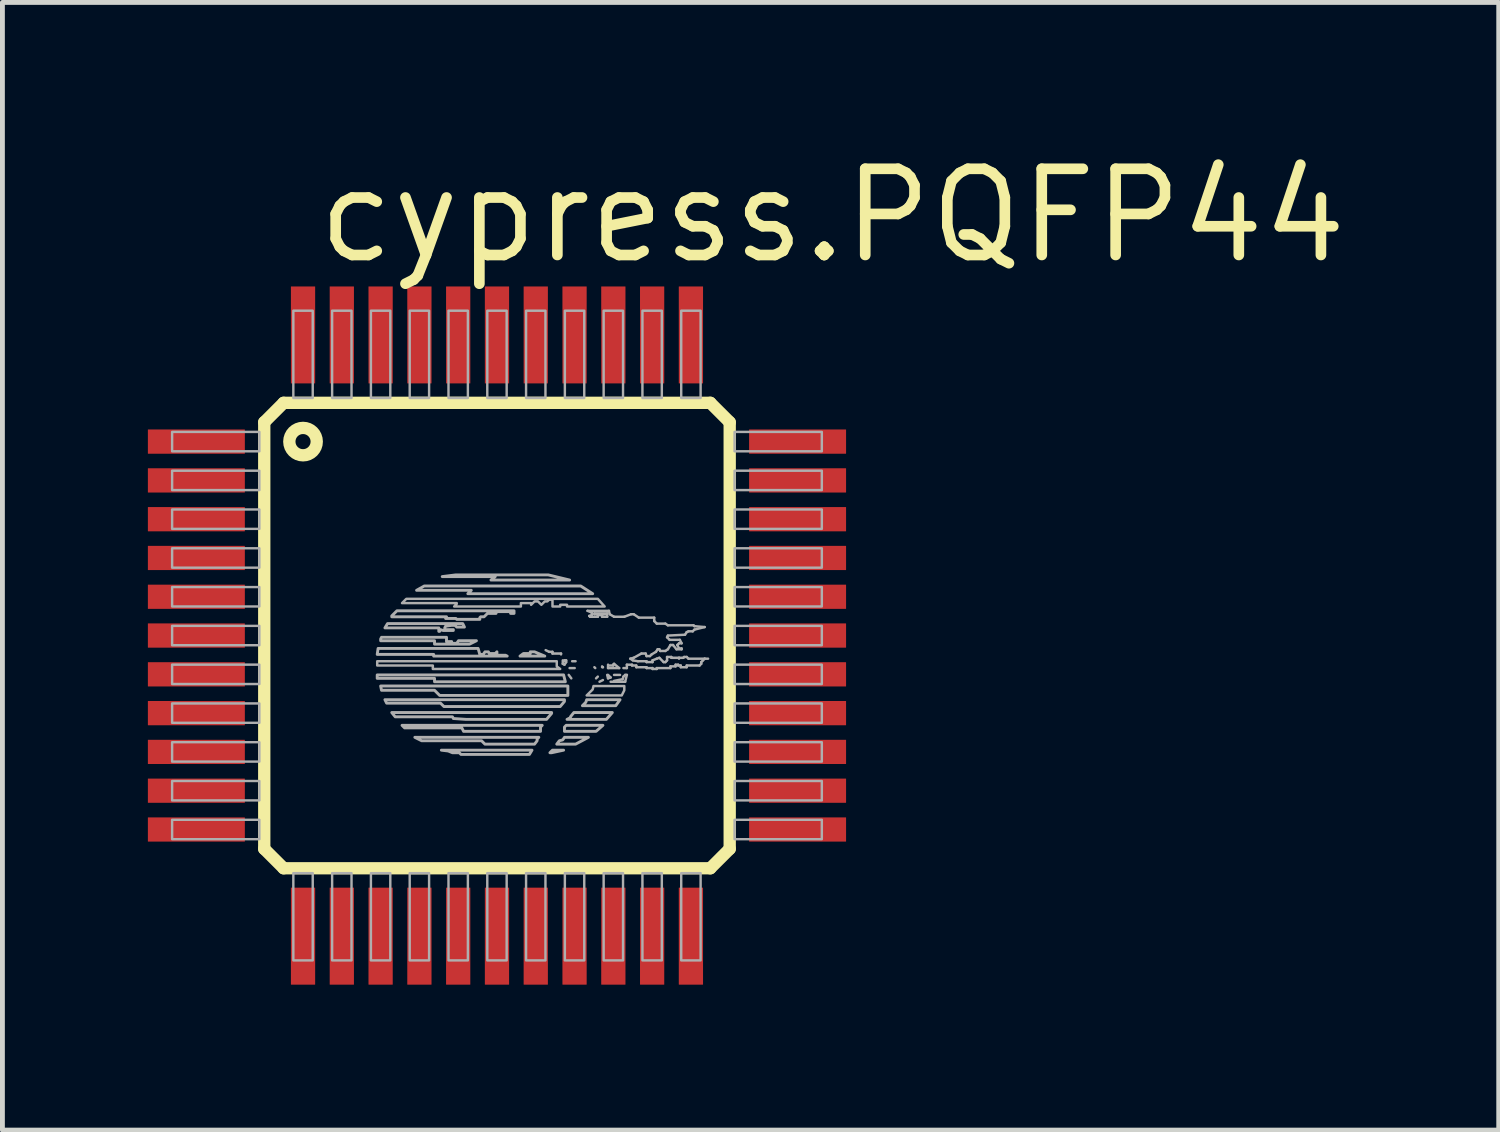
<source format=kicad_pcb>
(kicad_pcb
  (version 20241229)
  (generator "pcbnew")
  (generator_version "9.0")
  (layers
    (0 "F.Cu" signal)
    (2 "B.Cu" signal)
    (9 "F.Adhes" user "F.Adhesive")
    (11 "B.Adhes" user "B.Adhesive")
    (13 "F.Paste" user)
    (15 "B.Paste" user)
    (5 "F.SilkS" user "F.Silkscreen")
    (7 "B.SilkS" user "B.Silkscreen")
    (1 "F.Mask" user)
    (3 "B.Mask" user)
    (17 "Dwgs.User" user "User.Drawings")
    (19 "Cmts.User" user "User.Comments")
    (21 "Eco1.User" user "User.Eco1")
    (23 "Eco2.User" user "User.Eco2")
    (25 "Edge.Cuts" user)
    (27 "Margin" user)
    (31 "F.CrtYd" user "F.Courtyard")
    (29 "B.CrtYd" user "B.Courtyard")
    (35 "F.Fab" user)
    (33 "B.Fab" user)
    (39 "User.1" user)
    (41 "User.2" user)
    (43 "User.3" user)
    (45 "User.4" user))
  (footprint "cypress.PQFP44"
    (layer "F.Cu")
    (at 7.2 10.058)
    (property "Reference" "cypress.PQFP44" (at -3.81 -7.62 0) (layer "F.SilkS") (effects (font (size 1.778 1.778) (thickness 0.22)) (justify left bottom)))
    (attr smd)
    (fp_line (start -4.8 -4.4) (end -4.4 -4.8) (stroke (width 0.254) (type default)) (layer "F.SilkS"))
    (fp_line (start -4.8 4.4) (end -4.8 -4.4) (stroke (width 0.254) (type default)) (layer "F.SilkS"))
    (fp_line (start -4.4 -4.8) (end 4.4 -4.8) (stroke (width 0.254) (type default)) (layer "F.SilkS"))
    (fp_line (start -4.4 4.8) (end -4.8 4.4) (stroke (width 0.254) (type default)) (layer "F.SilkS"))
    (fp_line (start 4.4 -4.8) (end 4.8 -4.4) (stroke (width 0.254) (type default)) (layer "F.SilkS"))
    (fp_line (start 4.4 4.8) (end -4.4 4.8) (stroke (width 0.254) (type default)) (layer "F.SilkS"))
    (fp_line (start 4.8 -4.4) (end 4.8 4.4) (stroke (width 0.254) (type default)) (layer "F.SilkS"))
    (fp_line (start 4.8 4.4) (end 4.4 4.8) (stroke (width 0.254) (type default)) (layer "F.SilkS"))
    (fp_circle (center -4 -4) (end -3.717 -4) (stroke (width 0.254) (type default)) (fill no) (layer "F.SilkS"))
    (fp_line (start 1.075 0.336) (end 1.004 0.301) (stroke (width 0.051) (type default)) (layer "F.Fab"))
    (fp_line (start 1.145 0.336) (end 1.075 0.336) (stroke (width 0.051) (type default)) (layer "F.Fab"))
    (fp_line (start 1.145 0.371) (end 1.145 0.336) (stroke (width 0.051) (type default)) (layer "F.Fab"))
    (fp_line (start 1.321 0.371) (end 1.145 0.371) (stroke (width 0.051) (type default)) (layer "F.Fab"))
    (fp_line (start 1.321 0.389) (end 1.321 0.371) (stroke (width 0.051) (type default)) (layer "F.Fab"))
    (fp_line (start 1.357 0.512) (end 1.357 0.583) (stroke (width 0.051) (type default)) (layer "F.Fab"))
    (fp_line (start 1.357 0.583) (end 1.392 0.601) (stroke (width 0.051) (type default)) (layer "F.Fab"))
    (fp_line (start 1.392 0.512) (end 1.392 0.53) (stroke (width 0.051) (type default)) (layer "F.Fab"))
    (fp_line (start 1.392 0.601) (end 1.427 0.548) (stroke (width 0.051) (type default)) (layer "F.Fab"))
    (fp_line (start 1.427 0.512) (end 1.392 0.512) (stroke (width 0.051) (type default)) (layer "F.Fab"))
    (fp_line (start 1.427 0.548) (end 1.427 0.512) (stroke (width 0.051) (type default)) (layer "F.Fab"))
    (fp_line (start 1.48 0.812) (end 1.533 0.883) (stroke (width 0.051) (type default)) (layer "F.Fab"))
    (fp_line (start 1.498 0.671) (end 1.603 0.671) (stroke (width 0.051) (type default)) (layer "F.Fab"))
    (fp_line (start 1.551 0.53) (end 1.621 0.53) (stroke (width 0.051) (type default)) (layer "F.Fab"))
    (fp_line (start 1.868 -0.51) (end 1.956 -0.475) (stroke (width 0.051) (type default)) (layer "F.Fab"))
    (fp_line (start 1.903 -0.405) (end 1.921 -0.387) (stroke (width 0.051) (type default)) (layer "F.Fab"))
    (fp_line (start 1.921 -0.387) (end 2.08 -0.387) (stroke (width 0.051) (type default)) (layer "F.Fab"))
    (fp_line (start 1.956 -0.475) (end 1.956 -0.422) (stroke (width 0.051) (type default)) (layer "F.Fab"))
    (fp_line (start 1.956 -0.422) (end 1.903 -0.405) (stroke (width 0.051) (type default)) (layer "F.Fab"))
    (fp_line (start 2.009 -0.457) (end 2.009 -0.44) (stroke (width 0.051) (type default)) (layer "F.Fab"))
    (fp_line (start 2.009 -0.44) (end 2.238 -0.44) (stroke (width 0.051) (type default)) (layer "F.Fab"))
    (fp_line (start 2.009 0.653) (end 2.027 0.671) (stroke (width 0.051) (type default)) (layer "F.Fab"))
    (fp_line (start 2.08 -0.422) (end 2.168 -0.422) (stroke (width 0.051) (type default)) (layer "F.Fab"))
    (fp_line (start 2.08 -0.387) (end 2.08 -0.422) (stroke (width 0.051) (type default)) (layer "F.Fab"))
    (fp_line (start 2.08 0.847) (end 2.044 0.883) (stroke (width 0.051) (type default)) (layer "F.Fab"))
    (fp_line (start 2.115 0.953) (end 2.185 0.918) (stroke (width 0.051) (type default)) (layer "F.Fab"))
    (fp_line (start 2.168 -0.422) (end 2.168 -0.387) (stroke (width 0.051) (type default)) (layer "F.Fab"))
    (fp_line (start 2.168 -0.387) (end 2.273 -0.387) (stroke (width 0.051) (type default)) (layer "F.Fab"))
    (fp_line (start 2.168 0.636) (end 2.185 0.653) (stroke (width 0.051) (type default)) (layer "F.Fab"))
    (fp_line (start 2.185 0.653) (end 2.168 0.653) (stroke (width 0.051) (type default)) (layer "F.Fab"))
    (fp_line (start 2.273 -0.457) (end 2.009 -0.457) (stroke (width 0.051) (type default)) (layer "F.Fab"))
    (fp_line (start 2.273 -0.387) (end 2.273 -0.457) (stroke (width 0.051) (type default)) (layer "F.Fab"))
    (fp_line (start 2.273 0.812) (end 2.291 0.883) (stroke (width 0.051) (type default)) (layer "F.Fab"))
    (fp_line (start 2.291 0.601) (end 2.291 0.671) (stroke (width 0.051) (type default)) (layer "F.Fab"))
    (fp_line (start 2.291 0.671) (end 2.52 0.671) (stroke (width 0.051) (type default)) (layer "F.Fab"))
    (fp_line (start 2.291 0.883) (end 2.344 0.865) (stroke (width 0.051) (type default)) (layer "F.Fab"))
    (fp_line (start 2.309 -0.51) (end 1.868 -0.51) (stroke (width 0.051) (type default)) (layer "F.Fab"))
    (fp_line (start 2.326 -0.44) (end 2.309 -0.51) (stroke (width 0.051) (type default)) (layer "F.Fab"))
    (fp_line (start 2.344 0.865) (end 2.291 0.812) (stroke (width 0.051) (type default)) (layer "F.Fab"))
    (fp_line (start 2.344 0.953) (end 2.644 0.953) (stroke (width 0.051) (type default)) (layer "F.Fab"))
    (fp_line (start 2.397 0.601) (end 2.397 0.618) (stroke (width 0.051) (type default)) (layer "F.Fab"))
    (fp_line (start 2.397 0.618) (end 2.326 0.618) (stroke (width 0.051) (type default)) (layer "F.Fab"))
    (fp_line (start 2.415 -0.387) (end 2.326 -0.44) (stroke (width 0.051) (type default)) (layer "F.Fab"))
    (fp_line (start 2.415 0.583) (end 2.397 0.601) (stroke (width 0.051) (type default)) (layer "F.Fab"))
    (fp_line (start 2.415 0.812) (end 2.538 0.812) (stroke (width 0.051) (type default)) (layer "F.Fab"))
    (fp_line (start 2.52 0.671) (end 2.415 0.583) (stroke (width 0.051) (type default)) (layer "F.Fab"))
    (fp_line (start 2.591 0.9) (end 2.415 0.935) (stroke (width 0.051) (type default)) (layer "F.Fab"))
    (fp_line (start 2.608 0.671) (end 2.679 0.671) (stroke (width 0.051) (type default)) (layer "F.Fab"))
    (fp_line (start 2.608 0.847) (end 2.591 0.9) (stroke (width 0.051) (type default)) (layer "F.Fab"))
    (fp_line (start 2.626 -0.387) (end 2.415 -0.387) (stroke (width 0.051) (type default)) (layer "F.Fab"))
    (fp_line (start 2.644 0.812) (end 2.608 0.847) (stroke (width 0.051) (type default)) (layer "F.Fab"))
    (fp_line (start 2.644 0.953) (end 2.679 0.812) (stroke (width 0.051) (type default)) (layer "F.Fab"))
    (fp_line (start 2.679 0.601) (end 2.785 0.601) (stroke (width 0.051) (type default)) (layer "F.Fab"))
    (fp_line (start 2.679 0.671) (end 2.679 0.601) (stroke (width 0.051) (type default)) (layer "F.Fab"))
    (fp_line (start 2.679 0.812) (end 2.644 0.812) (stroke (width 0.051) (type default)) (layer "F.Fab"))
    (fp_line (start 2.75 0.477) (end 2.82 0.459) (stroke (width 0.051) (type default)) (layer "F.Fab"))
    (fp_line (start 2.767 -0.44) (end 2.626 -0.387) (stroke (width 0.051) (type default)) (layer "F.Fab"))
    (fp_line (start 2.785 0.601) (end 2.785 0.618) (stroke (width 0.051) (type default)) (layer "F.Fab"))
    (fp_line (start 2.785 0.618) (end 2.873 0.618) (stroke (width 0.051) (type default)) (layer "F.Fab"))
    (fp_line (start 2.803 0.512) (end 2.75 0.477) (stroke (width 0.051) (type default)) (layer "F.Fab"))
    (fp_line (start 2.82 -0.44) (end 2.767 -0.44) (stroke (width 0.051) (type default)) (layer "F.Fab"))
    (fp_line (start 2.82 0.459) (end 2.979 0.371) (stroke (width 0.051) (type default)) (layer "F.Fab"))
    (fp_line (start 2.873 0.618) (end 2.873 0.653) (stroke (width 0.051) (type default)) (layer "F.Fab"))
    (fp_line (start 2.873 0.653) (end 3.085 0.653) (stroke (width 0.051) (type default)) (layer "F.Fab"))
    (fp_line (start 2.908 0.53) (end 2.803 0.512) (stroke (width 0.051) (type default)) (layer "F.Fab"))
    (fp_line (start 2.926 -0.369) (end 2.82 -0.44) (stroke (width 0.051) (type default)) (layer "F.Fab"))
    (fp_line (start 2.979 0.371) (end 3.067 0.371) (stroke (width 0.051) (type default)) (layer "F.Fab"))
    (fp_line (start 3.067 0.371) (end 3.085 0.424) (stroke (width 0.051) (type default)) (layer "F.Fab"))
    (fp_line (start 3.085 0.424) (end 3.155 0.424) (stroke (width 0.051) (type default)) (layer "F.Fab"))
    (fp_line (start 3.085 0.53) (end 2.908 0.53) (stroke (width 0.051) (type default)) (layer "F.Fab"))
    (fp_line (start 3.085 0.548) (end 3.085 0.53) (stroke (width 0.051) (type default)) (layer "F.Fab"))
    (fp_line (start 3.085 0.653) (end 3.085 0.671) (stroke (width 0.051) (type default)) (layer "F.Fab"))
    (fp_line (start 3.085 0.671) (end 3.208 0.671) (stroke (width 0.051) (type default)) (layer "F.Fab"))
    (fp_line (start 3.155 0.424) (end 3.19 0.389) (stroke (width 0.051) (type default)) (layer "F.Fab"))
    (fp_line (start 3.19 0.389) (end 3.279 0.336) (stroke (width 0.051) (type default)) (layer "F.Fab"))
    (fp_line (start 3.208 0.512) (end 3.208 0.548) (stroke (width 0.051) (type default)) (layer "F.Fab"))
    (fp_line (start 3.208 0.548) (end 3.085 0.548) (stroke (width 0.051) (type default)) (layer "F.Fab"))
    (fp_line (start 3.208 0.671) (end 3.208 0.689) (stroke (width 0.051) (type default)) (layer "F.Fab"))
    (fp_line (start 3.208 0.689) (end 3.296 0.689) (stroke (width 0.051) (type default)) (layer "F.Fab"))
    (fp_line (start 3.243 -0.369) (end 2.926 -0.369) (stroke (width 0.051) (type default)) (layer "F.Fab"))
    (fp_line (start 3.243 -0.299) (end 3.243 -0.369) (stroke (width 0.051) (type default)) (layer "F.Fab"))
    (fp_line (start 3.279 0.336) (end 3.314 0.283) (stroke (width 0.051) (type default)) (layer "F.Fab"))
    (fp_line (start 3.296 -0.246) (end 3.243 -0.299) (stroke (width 0.051) (type default)) (layer "F.Fab"))
    (fp_line (start 3.296 0.477) (end 3.208 0.512) (stroke (width 0.051) (type default)) (layer "F.Fab"))
    (fp_line (start 3.296 0.671) (end 3.578 0.671) (stroke (width 0.051) (type default)) (layer "F.Fab"))
    (fp_line (start 3.296 0.689) (end 3.296 0.671) (stroke (width 0.051) (type default)) (layer "F.Fab"))
    (fp_line (start 3.314 0.283) (end 3.349 0.283) (stroke (width 0.051) (type default)) (layer "F.Fab"))
    (fp_line (start 3.349 0.283) (end 3.367 0.318) (stroke (width 0.051) (type default)) (layer "F.Fab"))
    (fp_line (start 3.349 0.459) (end 3.296 0.477) (stroke (width 0.051) (type default)) (layer "F.Fab"))
    (fp_line (start 3.367 0.318) (end 3.473 0.318) (stroke (width 0.051) (type default)) (layer "F.Fab"))
    (fp_line (start 3.437 0.548) (end 3.349 0.459) (stroke (width 0.051) (type default)) (layer "F.Fab"))
    (fp_line (start 3.473 -0.246) (end 3.296 -0.246) (stroke (width 0.051) (type default)) (layer "F.Fab"))
    (fp_line (start 3.473 0.318) (end 3.525 0.283) (stroke (width 0.051) (type default)) (layer "F.Fab"))
    (fp_line (start 3.473 0.548) (end 3.437 0.548) (stroke (width 0.051) (type default)) (layer "F.Fab"))
    (fp_line (start 3.508 0.036) (end 3.525 0.001) (stroke (width 0.051) (type default)) (layer "F.Fab"))
    (fp_line (start 3.508 0.442) (end 3.508 0.512) (stroke (width 0.051) (type default)) (layer "F.Fab"))
    (fp_line (start 3.508 0.512) (end 3.473 0.548) (stroke (width 0.051) (type default)) (layer "F.Fab"))
    (fp_line (start 3.525 -0.211) (end 3.473 -0.246) (stroke (width 0.051) (type default)) (layer "F.Fab"))
    (fp_line (start 3.525 0.001) (end 3.878 -0.017) (stroke (width 0.051) (type default)) (layer "F.Fab"))
    (fp_line (start 3.525 0.283) (end 3.578 0.195) (stroke (width 0.051) (type default)) (layer "F.Fab"))
    (fp_line (start 3.561 0.089) (end 3.508 0.036) (stroke (width 0.051) (type default)) (layer "F.Fab"))
    (fp_line (start 3.578 0.195) (end 3.631 0.195) (stroke (width 0.051) (type default)) (layer "F.Fab"))
    (fp_line (start 3.578 0.636) (end 3.684 0.636) (stroke (width 0.051) (type default)) (layer "F.Fab"))
    (fp_line (start 3.578 0.671) (end 3.578 0.636) (stroke (width 0.051) (type default)) (layer "F.Fab"))
    (fp_line (start 3.596 0.442) (end 3.508 0.442) (stroke (width 0.051) (type default)) (layer "F.Fab"))
    (fp_line (start 3.596 0.459) (end 3.596 0.442) (stroke (width 0.051) (type default)) (layer "F.Fab"))
    (fp_line (start 3.631 0.195) (end 3.702 0.283) (stroke (width 0.051) (type default)) (layer "F.Fab"))
    (fp_line (start 3.684 0.601) (end 3.737 0.601) (stroke (width 0.051) (type default)) (layer "F.Fab"))
    (fp_line (start 3.684 0.636) (end 3.684 0.601) (stroke (width 0.051) (type default)) (layer "F.Fab"))
    (fp_line (start 3.702 0.283) (end 3.808 0.283) (stroke (width 0.051) (type default)) (layer "F.Fab"))
    (fp_line (start 3.719 0.195) (end 3.755 0.16) (stroke (width 0.051) (type default)) (layer "F.Fab"))
    (fp_line (start 3.737 0.601) (end 3.737 0.618) (stroke (width 0.051) (type default)) (layer "F.Fab"))
    (fp_line (start 3.737 0.618) (end 3.79 0.618) (stroke (width 0.051) (type default)) (layer "F.Fab"))
    (fp_line (start 3.755 0.16) (end 3.808 0.16) (stroke (width 0.051) (type default)) (layer "F.Fab"))
    (fp_line (start 3.755 0.266) (end 3.719 0.195) (stroke (width 0.051) (type default)) (layer "F.Fab"))
    (fp_line (start 3.755 0.459) (end 3.596 0.459) (stroke (width 0.051) (type default)) (layer "F.Fab"))
    (fp_line (start 3.755 0.477) (end 3.755 0.459) (stroke (width 0.051) (type default)) (layer "F.Fab"))
    (fp_line (start 3.772 0.089) (end 3.561 0.089) (stroke (width 0.051) (type default)) (layer "F.Fab"))
    (fp_line (start 3.79 0.618) (end 3.79 0.653) (stroke (width 0.051) (type default)) (layer "F.Fab"))
    (fp_line (start 3.79 0.653) (end 3.913 0.653) (stroke (width 0.051) (type default)) (layer "F.Fab"))
    (fp_line (start 3.808 0.16) (end 3.772 0.089) (stroke (width 0.051) (type default)) (layer "F.Fab"))
    (fp_line (start 3.808 0.266) (end 3.755 0.266) (stroke (width 0.051) (type default)) (layer "F.Fab"))
    (fp_line (start 3.808 0.283) (end 3.808 0.266) (stroke (width 0.051) (type default)) (layer "F.Fab"))
    (fp_line (start 3.843 0.459) (end 3.755 0.459) (stroke (width 0.051) (type default)) (layer "F.Fab"))
    (fp_line (start 3.86 0.442) (end 3.843 0.459) (stroke (width 0.051) (type default)) (layer "F.Fab"))
    (fp_line (start 3.878 -0.017) (end 3.913 -0.07) (stroke (width 0.051) (type default)) (layer "F.Fab"))
    (fp_line (start 3.913 -0.07) (end 3.949 -0.087) (stroke (width 0.051) (type default)) (layer "F.Fab"))
    (fp_line (start 3.913 0.442) (end 3.86 0.442) (stroke (width 0.051) (type default)) (layer "F.Fab"))
    (fp_line (start 3.913 0.618) (end 4.178 0.618) (stroke (width 0.051) (type default)) (layer "F.Fab"))
    (fp_line (start 3.913 0.653) (end 3.913 0.618) (stroke (width 0.051) (type default)) (layer "F.Fab"))
    (fp_line (start 3.949 -0.087) (end 4.037 -0.087) (stroke (width 0.051) (type default)) (layer "F.Fab"))
    (fp_line (start 3.949 0.477) (end 3.913 0.442) (stroke (width 0.051) (type default)) (layer "F.Fab"))
    (fp_line (start 4.037 -0.087) (end 4.072 -0.122) (stroke (width 0.051) (type default)) (layer "F.Fab"))
    (fp_line (start 4.054 -0.211) (end 3.525 -0.211) (stroke (width 0.051) (type default)) (layer "F.Fab"))
    (fp_line (start 4.072 -0.193) (end 4.054 -0.211) (stroke (width 0.051) (type default)) (layer "F.Fab"))
    (fp_line (start 4.072 -0.122) (end 4.284 -0.175) (stroke (width 0.051) (type default)) (layer "F.Fab"))
    (fp_line (start 4.178 0.618) (end 4.213 0.583) (stroke (width 0.051) (type default)) (layer "F.Fab"))
    (fp_line (start 4.213 0.548) (end 4.248 0.512) (stroke (width 0.051) (type default)) (layer "F.Fab"))
    (fp_line (start 4.213 0.583) (end 4.213 0.548) (stroke (width 0.051) (type default)) (layer "F.Fab"))
    (fp_line (start 4.248 0.512) (end 4.284 0.477) (stroke (width 0.051) (type default)) (layer "F.Fab"))
    (fp_line (start 4.284 -0.175) (end 4.072 -0.193) (stroke (width 0.051) (type default)) (layer "F.Fab"))
    (fp_line (start 4.284 0.477) (end 3.949 0.477) (stroke (width 0.051) (type default)) (layer "F.Fab"))
    (fp_line (start 4.284 0.477) (end 4.354 0.477) (stroke (width 0.051) (type default)) (layer "F.Fab"))
    (fp_rect (start -6.7 -3.8) (end -4.9 -4.2) (stroke (width 0.05) (type default)) (fill no) (layer "F.Fab"))
    (fp_rect (start -6.7 -3) (end -4.9 -3.4) (stroke (width 0.05) (type default)) (fill no) (layer "F.Fab"))
    (fp_rect (start -6.7 -2.2) (end -4.9 -2.6) (stroke (width 0.05) (type default)) (fill no) (layer "F.Fab"))
    (fp_rect (start -6.7 -1.4) (end -4.9 -1.8) (stroke (width 0.05) (type default)) (fill no) (layer "F.Fab"))
    (fp_rect (start -6.7 -0.6) (end -4.9 -1) (stroke (width 0.05) (type default)) (fill no) (layer "F.Fab"))
    (fp_rect (start -6.7 0.2) (end -4.9 -0.2) (stroke (width 0.05) (type default)) (fill no) (layer "F.Fab"))
    (fp_rect (start -6.7 1) (end -4.9 0.6) (stroke (width 0.05) (type default)) (fill no) (layer "F.Fab"))
    (fp_rect (start -6.7 1.8) (end -4.9 1.4) (stroke (width 0.05) (type default)) (fill no) (layer "F.Fab"))
    (fp_rect (start -6.7 2.6) (end -4.9 2.2) (stroke (width 0.05) (type default)) (fill no) (layer "F.Fab"))
    (fp_rect (start -6.7 3.4) (end -4.9 3) (stroke (width 0.05) (type default)) (fill no) (layer "F.Fab"))
    (fp_rect (start -6.7 4.2) (end -4.9 3.8) (stroke (width 0.05) (type default)) (fill no) (layer "F.Fab"))
    (fp_rect (start -4.2 -4.9) (end -3.8 -6.7) (stroke (width 0.05) (type default)) (fill no) (layer "F.Fab"))
    (fp_rect (start -4.2 6.7) (end -3.8 4.9) (stroke (width 0.05) (type default)) (fill no) (layer "F.Fab"))
    (fp_rect (start -3.4 -4.9) (end -3 -6.7) (stroke (width 0.05) (type default)) (fill no) (layer "F.Fab"))
    (fp_rect (start -3.4 6.7) (end -3 4.9) (stroke (width 0.05) (type default)) (fill no) (layer "F.Fab"))
    (fp_rect (start -2.6 -4.9) (end -2.2 -6.7) (stroke (width 0.05) (type default)) (fill no) (layer "F.Fab"))
    (fp_rect (start -2.6 6.7) (end -2.2 4.9) (stroke (width 0.05) (type default)) (fill no) (layer "F.Fab"))
    (fp_rect (start -1.8 -4.9) (end -1.4 -6.7) (stroke (width 0.05) (type default)) (fill no) (layer "F.Fab"))
    (fp_rect (start -1.8 6.7) (end -1.4 4.9) (stroke (width 0.05) (type default)) (fill no) (layer "F.Fab"))
    (fp_rect (start -1 -4.9) (end -0.6 -6.7) (stroke (width 0.05) (type default)) (fill no) (layer "F.Fab"))
    (fp_rect (start -1 6.7) (end -0.6 4.9) (stroke (width 0.05) (type default)) (fill no) (layer "F.Fab"))
    (fp_rect (start -0.2 -4.9) (end 0.2 -6.7) (stroke (width 0.05) (type default)) (fill no) (layer "F.Fab"))
    (fp_rect (start -0.2 6.7) (end 0.2 4.9) (stroke (width 0.05) (type default)) (fill no) (layer "F.Fab"))
    (fp_rect (start 0.6 -4.9) (end 1 -6.7) (stroke (width 0.05) (type default)) (fill no) (layer "F.Fab"))
    (fp_rect (start 0.6 6.7) (end 1 4.9) (stroke (width 0.05) (type default)) (fill no) (layer "F.Fab"))
    (fp_rect (start 1.4 -4.9) (end 1.8 -6.7) (stroke (width 0.05) (type default)) (fill no) (layer "F.Fab"))
    (fp_rect (start 1.4 6.7) (end 1.8 4.9) (stroke (width 0.05) (type default)) (fill no) (layer "F.Fab"))
    (fp_rect (start 2.2 -4.9) (end 2.6 -6.7) (stroke (width 0.05) (type default)) (fill no) (layer "F.Fab"))
    (fp_rect (start 2.2 6.7) (end 2.6 4.9) (stroke (width 0.05) (type default)) (fill no) (layer "F.Fab"))
    (fp_rect (start 3 -4.9) (end 3.4 -6.7) (stroke (width 0.05) (type default)) (fill no) (layer "F.Fab"))
    (fp_rect (start 3 6.7) (end 3.4 4.9) (stroke (width 0.05) (type default)) (fill no) (layer "F.Fab"))
    (fp_rect (start 3.8 -4.9) (end 4.2 -6.7) (stroke (width 0.05) (type default)) (fill no) (layer "F.Fab"))
    (fp_rect (start 3.8 6.7) (end 4.2 4.9) (stroke (width 0.05) (type default)) (fill no) (layer "F.Fab"))
    (fp_rect (start 4.9 -3.8) (end 6.7 -4.2) (stroke (width 0.05) (type default)) (fill no) (layer "F.Fab"))
    (fp_rect (start 4.9 -3) (end 6.7 -3.4) (stroke (width 0.05) (type default)) (fill no) (layer "F.Fab"))
    (fp_rect (start 4.9 -2.2) (end 6.7 -2.6) (stroke (width 0.05) (type default)) (fill no) (layer "F.Fab"))
    (fp_rect (start 4.9 -1.4) (end 6.7 -1.8) (stroke (width 0.05) (type default)) (fill no) (layer "F.Fab"))
    (fp_rect (start 4.9 -0.6) (end 6.7 -1) (stroke (width 0.05) (type default)) (fill no) (layer "F.Fab"))
    (fp_rect (start 4.9 0.2) (end 6.7 -0.2) (stroke (width 0.05) (type default)) (fill no) (layer "F.Fab"))
    (fp_rect (start 4.9 1) (end 6.7 0.6) (stroke (width 0.05) (type default)) (fill no) (layer "F.Fab"))
    (fp_rect (start 4.9 1.8) (end 6.7 1.4) (stroke (width 0.05) (type default)) (fill no) (layer "F.Fab"))
    (fp_rect (start 4.9 2.6) (end 6.7 2.2) (stroke (width 0.05) (type default)) (fill no) (layer "F.Fab"))
    (fp_rect (start 4.9 3.4) (end 6.7 3) (stroke (width 0.05) (type default)) (fill no) (layer "F.Fab"))
    (fp_rect (start 4.9 4.2) (end 6.7 3.8) (stroke (width 0.05) (type default)) (fill no) (layer "F.Fab"))
    (fp_poly (pts (xy 1.092 2.417) (xy 1.127 2.417) (xy 1.374 2.364) (xy 1.145 2.364)) (stroke (width 0.06) (type default)) (fill no) (layer "F.Fab"))
    (fp_poly (pts (xy 1.392 1.976) (xy 2.044 1.976) (xy 2.185 1.852) (xy 1.427 1.852) (xy 1.392 1.888)) (stroke (width 0.06) (type default)) (fill no) (layer "F.Fab"))
    (fp_poly (pts (xy 1.762 1.447) (xy 2.45 1.447) (xy 2.538 1.323) (xy 1.85 1.323) (xy 1.833 1.376)) (stroke (width 0.06) (type default)) (fill no) (layer "F.Fab"))
    (fp_poly (pts (xy -2.47 0.812) (xy 1.374 0.812) (xy 1.41 0.953) (xy -1.288 0.953) (xy -1.288 0.883) (xy -2.47 0.883)) (stroke (width 0.06) (type default)) (fill no) (layer "F.Fab"))
    (fp_poly (pts (xy 1.233 2.24) (xy 1.621 2.24) (xy 1.886 2.099) (xy 1.392 2.099) (xy 1.357 2.152) (xy 1.286 2.17)) (stroke (width 0.06) (type default)) (fill no) (layer "F.Fab"))
    (fp_poly (pts (xy 1.445 1.729) (xy 2.256 1.729) (xy 2.379 1.588) (xy 1.586 1.588) (xy 1.515 1.676) (xy 1.515 1.694)) (stroke (width 0.06) (type default)) (fill no) (layer "F.Fab"))
    (fp_poly (pts (xy 1.498 -1.145) (xy 1.057 -1.251) (xy -0.847 -1.251) (xy -1.129 -1.216) (xy -0.036 -1.216) (xy -0.124 -1.145)) (stroke (width 0.06) (type default)) (fill no) (layer "F.Fab"))
    (fp_poly (pts (xy 1.85 1.235) (xy 2.573 1.235) (xy 2.626 1.129) (xy 2.626 1.041) (xy 1.991 1.041) (xy 1.974 1.112)) (stroke (width 0.051) (type default)) (fill no) (layer "F.Fab"))
    (fp_poly (pts (xy 1.974 -0.863) (xy 1.727 -1.022) (xy -1.5 -1.022) (xy -1.658 -0.933) (xy -0.53 -0.933) (xy -0.601 -0.863)) (stroke (width 0.06) (type default)) (fill no) (layer "F.Fab"))
    (fp_poly (pts (xy -2.47 0.618) (xy -2.47 0.53) (xy 1.233 0.53) (xy 1.233 0.636) (xy 1.304 0.689) (xy -1.323 0.689) (xy -1.323 0.618)) (stroke (width 0.051) (type default)) (fill no) (layer "F.Fab"))
    (fp_poly (pts (xy -2.399 1.041) (xy 1.462 1.041) (xy 1.462 1.235) (xy -1.182 1.235) (xy -1.27 1.147) (xy -1.288 1.129) (xy -2.381 1.129)) (stroke (width 0.06) (type default)) (fill no) (layer "F.Fab"))
    (fp_poly (pts (xy -2.311 1.323) (xy 1.392 1.323) (xy 1.392 1.359) (xy 1.304 1.464) (xy -1.094 1.464) (xy -1.165 1.394) (xy -2.276 1.394)) (stroke (width 0.06) (type default)) (fill no) (layer "F.Fab"))
    (fp_poly (pts (xy -1.958 1.852) (xy 0.933 1.852) (xy 0.898 1.888) (xy 0.898 1.976) (xy -0.689 1.976) (xy -0.724 1.905) (xy -1.905 1.905)) (stroke (width 0.06) (type default)) (fill no) (layer "F.Fab"))
    (fp_poly (pts (xy -1.147 2.364) (xy 0.722 2.364) (xy 0.669 2.452) (xy -0.742 2.452) (xy -0.777 2.417) (xy -0.918 2.417) (xy -1.006 2.381)) (stroke (width 0.06) (type default)) (fill no) (layer "F.Fab"))
    (fp_poly (pts (xy -2.17 1.588) (xy 1.127 1.588) (xy 1.127 1.605) (xy 1.022 1.729) (xy -0.636 1.729) (xy -0.9 1.711) (xy -0.918 1.676) (xy -2.099 1.676)) (stroke (width 0.06) (type default)) (fill no) (layer "F.Fab"))
    (fp_poly (pts (xy -1.694 2.099) (xy 0.863 2.099) (xy 0.828 2.135) (xy 0.828 2.17) (xy 0.775 2.24) (xy -0.248 2.24) (xy -0.318 2.17) (xy -1.553 2.17)) (stroke (width 0.06) (type default)) (fill no) (layer "F.Fab"))
    (fp_poly (pts (xy -0.424 0.107) (xy -0.794 0.107) (xy -0.83 0.16) (xy -0.935 0.16) (xy -0.935 0.124) (xy -1.041 0.124) (xy -1.041 0.036) (xy -2.381 0.036) (xy -2.399 0.071) (xy -2.399 0.107) (xy -1.288 0.107) (xy -1.288 0.177) (xy -0.565 0.177)) (stroke (width 0.06) (type default)) (fill no) (layer "F.Fab"))
    (fp_poly (pts (xy -0.671 -0.175) (xy -0.83 -0.175) (xy -0.865 -0.211) (xy -0.935 -0.211) (xy -1.059 -0.193) (xy -1.077 -0.158) (xy -1.077 -0.122) (xy -0.9 -0.122) (xy -0.9 -0.105) (xy -1.112 -0.105) (xy -1.165 -0.122) (xy -1.182 -0.087) (xy -1.2 -0.087) (xy -1.2 -0.158) (xy -2.311 -0.158) (xy -2.258 -0.246) (xy -0.706 -0.246)) (stroke (width 0.06) (type default)) (fill no) (layer "F.Fab"))
    (fp_poly (pts (xy 0.352 -0.457) (xy 0.352 -0.51) (xy -2.064 -0.51) (xy -2.17 -0.405) (xy -2.17 -0.387) (xy -1.041 -0.387) (xy -1.059 -0.352) (xy -0.847 -0.352) (xy -0.83 -0.334) (xy -0.354 -0.334) (xy -0.354 -0.369) (xy -0.336 -0.387) (xy -0.266 -0.387) (xy -0.195 -0.457) (xy -0.019 -0.457) (xy -0.019 -0.475) (xy -0.001 -0.493) (xy 0.281 -0.493) (xy 0.281 -0.457)) (stroke (width 0.06) (type default)) (fill no) (layer "F.Fab"))
    (fp_poly (pts (xy -2.452 0.266) (xy -0.389 0.266) (xy -0.354 0.389) (xy -0.283 0.389) (xy -0.248 0.336) (xy -0.177 0.336) (xy -0.16 0.371) (xy -0.036 0.371) (xy -0.001 0.336) (xy -0.001 0.406) (xy 0.175 0.406) (xy 0.211 0.424) (xy 0.475 0.424) (xy 0.546 0.371) (xy 0.687 0.371) (xy 0.687 0.336) (xy 0.775 0.336) (xy 0.986 0.424) (xy -1.306 0.424) (xy -1.306 0.389) (xy -2.47 0.389)) (stroke (width 0.06) (type default)) (fill no) (layer "F.Fab"))
    (fp_poly (pts (xy 2.221 -0.599) (xy 2.08 -0.757) (xy -1.87 -0.757) (xy -1.958 -0.669) (xy -0.83 -0.669) (xy -0.83 -0.651) (xy -0.883 -0.599) (xy 0.493 -0.599) (xy 0.493 -0.669) (xy 0.704 -0.669) (xy 0.704 -0.634) (xy 0.775 -0.704) (xy 0.845 -0.704) (xy 0.916 -0.634) (xy 0.986 -0.704) (xy 1.039 -0.704) (xy 1.075 -0.74) (xy 1.145 -0.74) (xy 1.145 -0.599) (xy 1.304 -0.599) (xy 1.304 -0.634) (xy 1.445 -0.634) (xy 1.445 -0.599)) (stroke (width 0.051) (type default)) (fill no) (layer "F.Fab"))
    (pad "1" smd roundrect (at -6.2 -4) (size 2 0.5) (layers "F.Cu" "F.Mask" "F.Paste") (roundrect_rratio 0.01))
    (pad "2" smd roundrect (at -6.2 -3.2) (size 2 0.5) (layers "F.Cu" "F.Mask" "F.Paste") (roundrect_rratio 0.01))
    (pad "3" smd roundrect (at -6.2 -2.4) (size 2 0.5) (layers "F.Cu" "F.Mask" "F.Paste") (roundrect_rratio 0.01))
    (pad "4" smd roundrect (at -6.2 -1.6) (size 2 0.5) (layers "F.Cu" "F.Mask" "F.Paste") (roundrect_rratio 0.01))
    (pad "5" smd roundrect (at -6.2 -0.8) (size 2 0.5) (layers "F.Cu" "F.Mask" "F.Paste") (roundrect_rratio 0.01))
    (pad "6" smd roundrect (at -6.2 0) (size 2 0.5) (layers "F.Cu" "F.Mask" "F.Paste") (roundrect_rratio 0.01))
    (pad "7" smd roundrect (at -6.2 0.8) (size 2 0.5) (layers "F.Cu" "F.Mask" "F.Paste") (roundrect_rratio 0.01))
    (pad "8" smd roundrect (at -6.2 1.6) (size 2 0.5) (layers "F.Cu" "F.Mask" "F.Paste") (roundrect_rratio 0.01))
    (pad "9" smd roundrect (at -6.2 2.4) (size 2 0.5) (layers "F.Cu" "F.Mask" "F.Paste") (roundrect_rratio 0.01))
    (pad "10" smd roundrect (at -6.2 3.2) (size 2 0.5) (layers "F.Cu" "F.Mask" "F.Paste") (roundrect_rratio 0.01))
    (pad "11" smd roundrect (at -6.2 4) (size 2 0.5) (layers "F.Cu" "F.Mask" "F.Paste") (roundrect_rratio 0.01))
    (pad "12" smd roundrect (at -4 6.2) (size 0.5 2) (layers "F.Cu" "F.Mask" "F.Paste") (roundrect_rratio 0.01))
    (pad "13" smd roundrect (at -3.2 6.2) (size 0.5 2) (layers "F.Cu" "F.Mask" "F.Paste") (roundrect_rratio 0.01))
    (pad "14" smd roundrect (at -2.4 6.2) (size 0.5 2) (layers "F.Cu" "F.Mask" "F.Paste") (roundrect_rratio 0.01))
    (pad "15" smd roundrect (at -1.6 6.2) (size 0.5 2) (layers "F.Cu" "F.Mask" "F.Paste") (roundrect_rratio 0.01))
    (pad "16" smd roundrect (at -0.8 6.2) (size 0.5 2) (layers "F.Cu" "F.Mask" "F.Paste") (roundrect_rratio 0.01))
    (pad "17" smd roundrect (at 0 6.2) (size 0.5 2) (layers "F.Cu" "F.Mask" "F.Paste") (roundrect_rratio 0.01))
    (pad "18" smd roundrect (at 0.8 6.2) (size 0.5 2) (layers "F.Cu" "F.Mask" "F.Paste") (roundrect_rratio 0.01))
    (pad "19" smd roundrect (at 1.6 6.2) (size 0.5 2) (layers "F.Cu" "F.Mask" "F.Paste") (roundrect_rratio 0.01))
    (pad "20" smd roundrect (at 2.4 6.2) (size 0.5 2) (layers "F.Cu" "F.Mask" "F.Paste") (roundrect_rratio 0.01))
    (pad "21" smd roundrect (at 3.2 6.2) (size 0.5 2) (layers "F.Cu" "F.Mask" "F.Paste") (roundrect_rratio 0.01))
    (pad "22" smd roundrect (at 4 6.2) (size 0.5 2) (layers "F.Cu" "F.Mask" "F.Paste") (roundrect_rratio 0.01))
    (pad "23" smd roundrect (at 6.2 4) (size 2 0.5) (layers "F.Cu" "F.Mask" "F.Paste") (roundrect_rratio 0.01))
    (pad "24" smd roundrect (at 6.2 3.2) (size 2 0.5) (layers "F.Cu" "F.Mask" "F.Paste") (roundrect_rratio 0.01))
    (pad "25" smd roundrect (at 6.2 2.4) (size 2 0.5) (layers "F.Cu" "F.Mask" "F.Paste") (roundrect_rratio 0.01))
    (pad "26" smd roundrect (at 6.2 1.6) (size 2 0.5) (layers "F.Cu" "F.Mask" "F.Paste") (roundrect_rratio 0.01))
    (pad "27" smd roundrect (at 6.2 0.8) (size 2 0.5) (layers "F.Cu" "F.Mask" "F.Paste") (roundrect_rratio 0.01))
    (pad "28" smd roundrect (at 6.2 0) (size 2 0.5) (layers "F.Cu" "F.Mask" "F.Paste") (roundrect_rratio 0.01))
    (pad "29" smd roundrect (at 6.2 -0.8) (size 2 0.5) (layers "F.Cu" "F.Mask" "F.Paste") (roundrect_rratio 0.01))
    (pad "30" smd roundrect (at 6.2 -1.6) (size 2 0.5) (layers "F.Cu" "F.Mask" "F.Paste") (roundrect_rratio 0.01))
    (pad "31" smd roundrect (at 6.2 -2.4) (size 2 0.5) (layers "F.Cu" "F.Mask" "F.Paste") (roundrect_rratio 0.01))
    (pad "32" smd roundrect (at 6.2 -3.2) (size 2 0.5) (layers "F.Cu" "F.Mask" "F.Paste") (roundrect_rratio 0.01))
    (pad "33" smd roundrect (at 6.2 -4) (size 2 0.5) (layers "F.Cu" "F.Mask" "F.Paste") (roundrect_rratio 0.01))
    (pad "34" smd roundrect (at 4 -6.2) (size 0.5 2) (layers "F.Cu" "F.Mask" "F.Paste") (roundrect_rratio 0.01))
    (pad "35" smd roundrect (at 3.2 -6.2) (size 0.5 2) (layers "F.Cu" "F.Mask" "F.Paste") (roundrect_rratio 0.01))
    (pad "36" smd roundrect (at 2.4 -6.2) (size 0.5 2) (layers "F.Cu" "F.Mask" "F.Paste") (roundrect_rratio 0.01))
    (pad "37" smd roundrect (at 1.6 -6.2) (size 0.5 2) (layers "F.Cu" "F.Mask" "F.Paste") (roundrect_rratio 0.01))
    (pad "38" smd roundrect (at 0.8 -6.2) (size 0.5 2) (layers "F.Cu" "F.Mask" "F.Paste") (roundrect_rratio 0.01))
    (pad "39" smd roundrect (at 0 -6.2) (size 0.5 2) (layers "F.Cu" "F.Mask" "F.Paste") (roundrect_rratio 0.01))
    (pad "40" smd roundrect (at -0.8 -6.2) (size 0.5 2) (layers "F.Cu" "F.Mask" "F.Paste") (roundrect_rratio 0.01))
    (pad "41" smd roundrect (at -1.6 -6.2) (size 0.5 2) (layers "F.Cu" "F.Mask" "F.Paste") (roundrect_rratio 0.01))
    (pad "42" smd roundrect (at -2.4 -6.2) (size 0.5 2) (layers "F.Cu" "F.Mask" "F.Paste") (roundrect_rratio 0.01))
    (pad "43" smd roundrect (at -3.2 -6.2) (size 0.5 2) (layers "F.Cu" "F.Mask" "F.Paste") (roundrect_rratio 0.01))
    (pad "44" smd roundrect (at -4 -6.2) (size 0.5 2) (layers "F.Cu" "F.Mask" "F.Paste") (roundrect_rratio 0.01)))
  (gr_rect
    (start -3 -3)
    (end 27.861 20.258)
    (stroke (width 0.1) (type default))
    (fill no)
    (layer "Edge.Cuts")))
</source>
